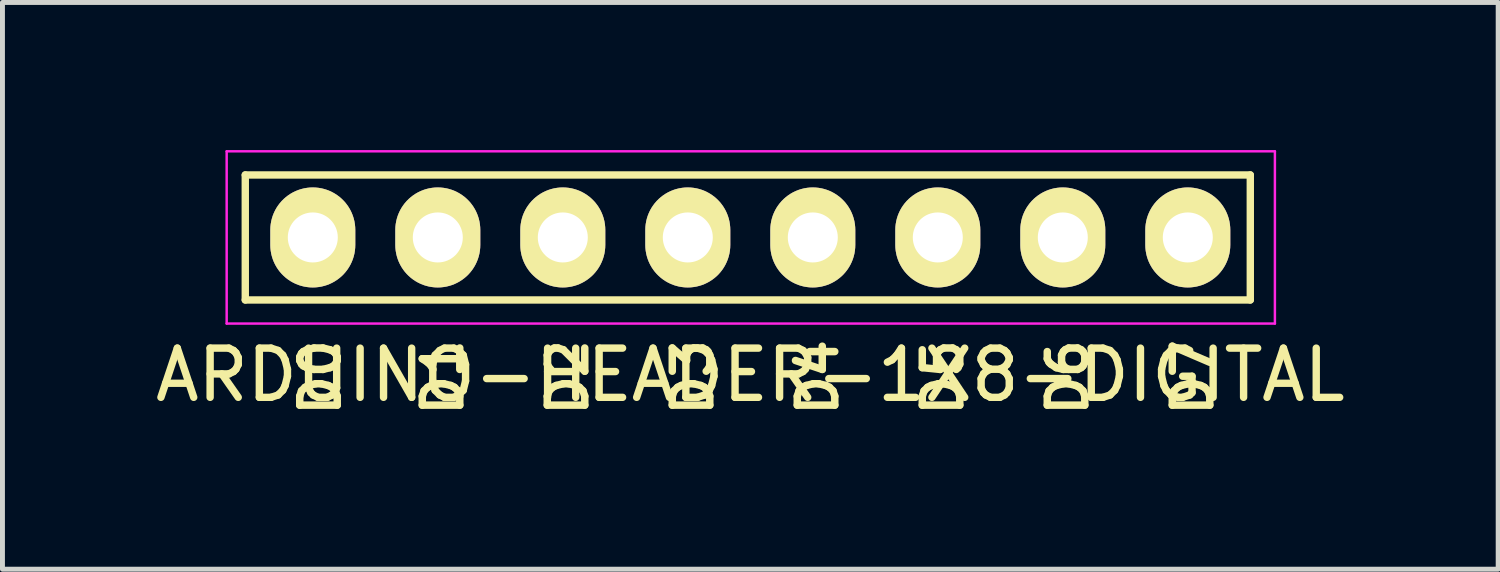
<source format=kicad_pcb>
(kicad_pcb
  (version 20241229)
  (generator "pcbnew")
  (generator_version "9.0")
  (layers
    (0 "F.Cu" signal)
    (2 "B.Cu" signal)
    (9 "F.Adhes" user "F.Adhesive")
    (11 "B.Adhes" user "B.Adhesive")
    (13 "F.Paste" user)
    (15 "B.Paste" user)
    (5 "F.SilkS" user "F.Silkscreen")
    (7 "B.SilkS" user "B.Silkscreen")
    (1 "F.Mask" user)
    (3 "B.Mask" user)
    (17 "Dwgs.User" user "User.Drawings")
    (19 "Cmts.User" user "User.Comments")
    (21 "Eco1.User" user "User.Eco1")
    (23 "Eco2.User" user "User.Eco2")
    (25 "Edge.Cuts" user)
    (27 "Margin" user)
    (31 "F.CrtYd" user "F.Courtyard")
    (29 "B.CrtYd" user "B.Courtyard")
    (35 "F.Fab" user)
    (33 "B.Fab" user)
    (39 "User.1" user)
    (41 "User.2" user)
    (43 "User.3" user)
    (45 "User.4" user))
  (footprint "ARDUINO-HEADER-1X8-DIGITAL"
    (layer "F.Cu")
    (at 3.306 1.775)
    (property "Reference" "ARDUINO-HEADER-1X8-DIGITAL" (at 8.89 2.794 0) (layer "F.SilkS") (effects (font (size 1 1) (thickness 0.15))))
    (attr through_hole)
    (fp_line (start -1.372 1.27) (end -1.372 -1.27) (stroke (width 0.15) (type solid)) (layer "F.SilkS"))
    (fp_line (start -1.372 1.27) (end 19.05 1.27) (stroke (width 0.15) (type solid)) (layer "F.SilkS"))
    (fp_line (start 19.05 -1.27) (end -1.372 -1.27) (stroke (width 0.15) (type solid)) (layer "F.SilkS"))
    (fp_line (start 19.05 1.27) (end 19.05 -1.27) (stroke (width 0.15) (type solid)) (layer "F.SilkS"))
    (fp_line (start -1.75 -1.75) (end -1.75 1.75) (stroke (width 0.05) (type solid)) (layer "F.CrtYd"))
    (fp_line (start -1.75 -1.75) (end 19.55 -1.75) (stroke (width 0.05) (type solid)) (layer "F.CrtYd"))
    (fp_line (start -1.75 1.75) (end 19.55 1.75) (stroke (width 0.05) (type solid)) (layer "F.CrtYd"))
    (fp_line (start 19.55 -1.75) (end 19.55 1.75) (stroke (width 0.05) (type solid)) (layer "F.CrtYd"))
    (fp_text user "D5" (at 12.802 2.845 270) (layer "F.SilkS") (effects (font (size 0.762 0.762) (thickness 0.152))))
    (fp_text user "D7" (at 17.882 2.845 270) (layer "F.SilkS") (effects (font (size 0.762 0.762) (thickness 0.152))))
    (fp_text user "D0" (at 0.152 2.845 90) (layer "F.SilkS") (effects (font (size 0.762 0.762) (thickness 0.152))))
    (fp_text user "D2" (at 5.182 2.845 90) (layer "F.SilkS") (effects (font (size 0.762 0.762) (thickness 0.152))))
    (fp_text user "D6" (at 15.342 2.845 270) (layer "F.SilkS") (effects (font (size 0.762 0.762) (thickness 0.152))))
    (fp_text user "D3" (at 7.722 2.845 270) (layer "F.SilkS") (effects (font (size 0.762 0.762) (thickness 0.152))))
    (fp_text user "D4" (at 10.262 2.845 270) (layer "F.SilkS") (effects (font (size 0.762 0.762) (thickness 0.152))))
    (fp_text user "D1" (at 2.642 2.845 90) (layer "F.SilkS") (effects (font (size 0.762 0.762) (thickness 0.152))))
    (pad "D0" thru_hole oval (at 0 0) (size 1.727 2.032) (drill 1.016) (layers "*.Cu" "*.Mask" "F.SilkS"))
    (pad "D1" thru_hole oval (at 2.54 0) (size 1.727 2.032) (drill 1.016) (layers "*.Cu" "*.Mask" "F.SilkS"))
    (pad "D2" thru_hole oval (at 5.08 0) (size 1.727 2.032) (drill 1.016) (layers "*.Cu" "*.Mask" "F.SilkS"))
    (pad "D3" thru_hole oval (at 7.62 0) (size 1.727 2.032) (drill 1.016) (layers "*.Cu" "*.Mask" "F.SilkS"))
    (pad "D4" thru_hole oval (at 10.16 0) (size 1.727 2.032) (drill 1.016) (layers "*.Cu" "*.Mask" "F.SilkS"))
    (pad "D5" thru_hole oval (at 12.7 0) (size 1.727 2.032) (drill 1.016) (layers "*.Cu" "*.Mask" "F.SilkS"))
    (pad "D6" thru_hole oval (at 15.24 0) (size 1.727 2.032) (drill 1.016) (layers "*.Cu" "*.Mask" "F.SilkS"))
    (pad "D7" thru_hole oval (at 17.78 0) (size 1.727 2.032) (drill 1.016) (layers "*.Cu" "*.Mask" "F.SilkS")))
  (gr_rect
    (start -3 -3)
    (end 27.393 8.516)
    (stroke (width 0.1) (type default))
    (fill no)
    (layer "Edge.Cuts")))
</source>
